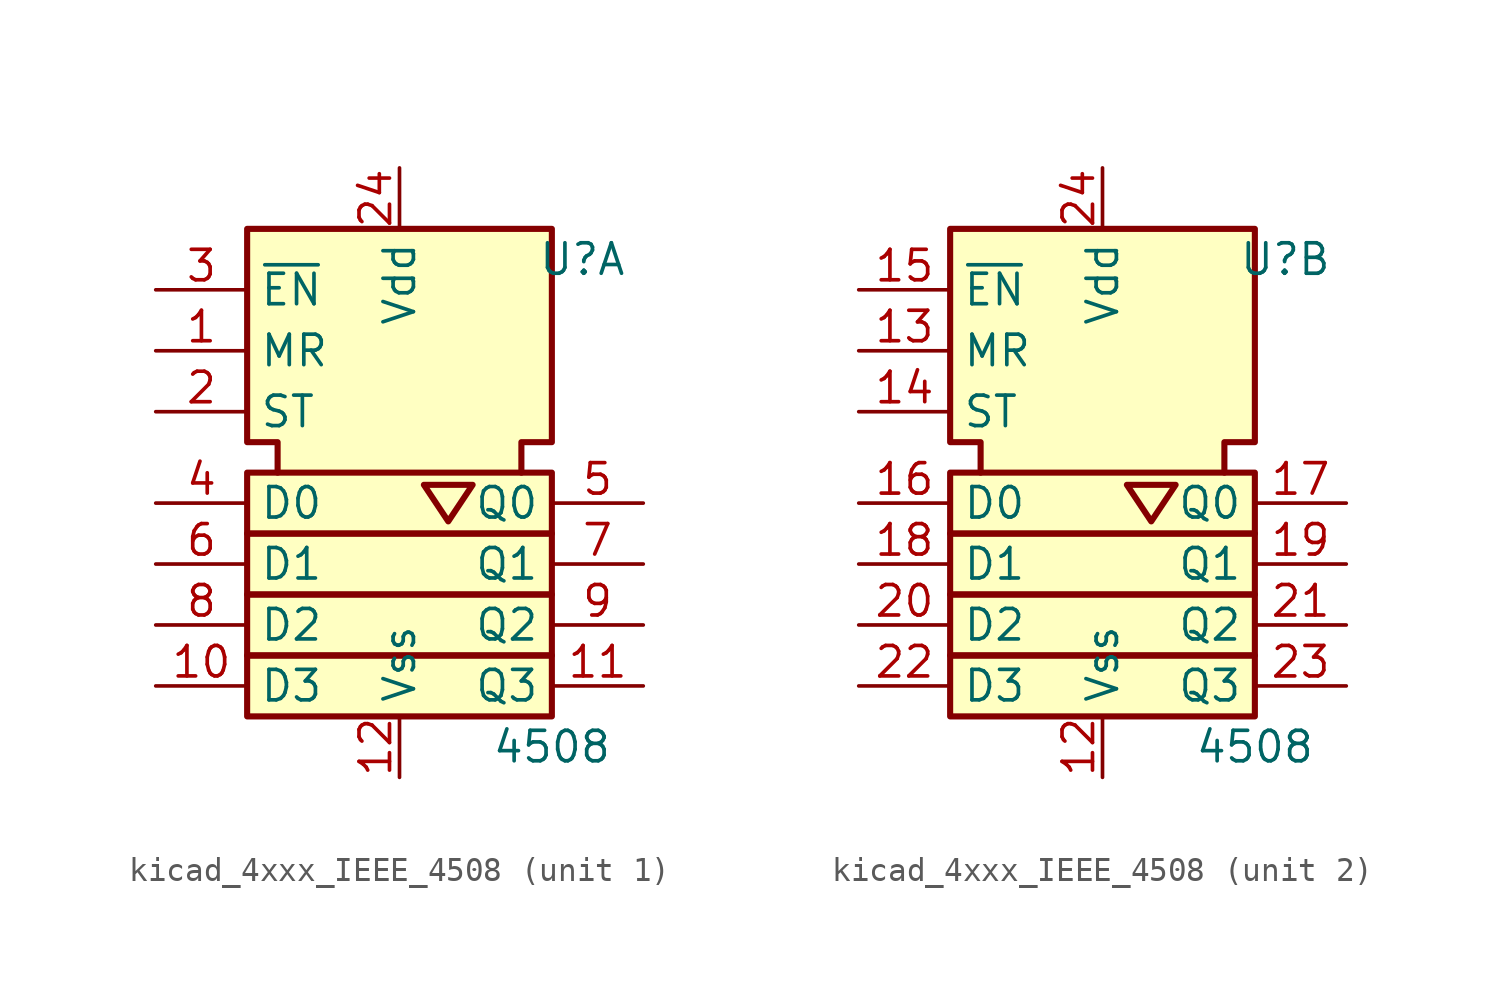
<source format=kicad_sym>
(kicad_symbol_lib
  (version 20220914)
  (generator kicad_symbol_editor)
  (symbol "kicad_4xxx_IEEE_4508"
    (property "Reference" "U"
      (at 7.62 8.89 0)
      (effects (font (size 1.27 1.27))))
    (property "Value" "4508"
      (at 6.35 -11.43 0)
      (effects (font (size 1.27 1.27))))
    (symbol "kicad_4xxx_IEEE_4508_0_1"
      (rectangle (start -6.35 -7.62) (end 6.35 -10.16) (stroke (width 0.254) (type default)) (fill (type background)))
      (rectangle (start -6.35 -5.08) (end 6.35 -7.62) (stroke (width 0.254) (type default)) (fill (type background)))
      (rectangle (start -6.35 -2.54) (end 6.35 -5.08) (stroke (width 0.254) (type default)) (fill (type background)))
      (rectangle (start -6.35 0) (end 6.35 -2.54) (stroke (width 0.254) (type default)) (fill (type background)))
      (polyline (pts (xy 1.016 -0.508) (xy 2.032 -2.032) (xy 3.048 -0.508) (xy 1.016 -0.508) (xy 1.016 -0.508)) (stroke (width 0.254) (type default)) (fill (type background)))
      (polyline (pts (xy -5.08 0) (xy -5.08 1.27) (xy -6.35 1.27) (xy -6.35 10.16) (xy 6.35 10.16) (xy 6.35 1.27) (xy 5.08 1.27) (xy 5.08 0) (xy 5.08 0)) (stroke (width 0.254) (type default)) (fill (type background)))
      (pin power_in line (at 0 -12.7 90) (length 2.54) (name "Vss" (effects (font (size 1.27 1.27)))) (number "12" (effects (font (size 1.27 1.27)))))
      (pin power_in line (at 0 12.7 270) (length 2.54) (name "Vdd" (effects (font (size 1.27 1.27)))) (number "24" (effects (font (size 1.27 1.27))))))
    (symbol "kicad_4xxx_IEEE_4508_1_1"
      (pin input line (at -10.16 5.08 0) (length 3.81) (name "MR" (effects (font (size 1.27 1.27)))) (number "1" (effects (font (size 1.27 1.27)))))
      (pin input line (at -10.16 -8.89 0) (length 3.81) (name "D3" (effects (font (size 1.27 1.27)))) (number "10" (effects (font (size 1.27 1.27)))))
      (pin output line (at 10.16 -8.89 180) (length 3.81) (name "Q3" (effects (font (size 1.27 1.27)))) (number "11" (effects (font (size 1.27 1.27)))))
      (pin input line (at -10.16 2.54 0) (length 3.81) (name "ST" (effects (font (size 1.27 1.27)))) (number "2" (effects (font (size 1.27 1.27)))))
      (pin input line (at -10.16 7.62 0) (length 3.81) (name "~{EN}" (effects (font (size 1.27 1.27)))) (number "3" (effects (font (size 1.27 1.27)))))
      (pin input line (at -10.16 -1.27 0) (length 3.81) (name "D0" (effects (font (size 1.27 1.27)))) (number "4" (effects (font (size 1.27 1.27)))))
      (pin output line (at 10.16 -1.27 180) (length 3.81) (name "Q0" (effects (font (size 1.27 1.27)))) (number "5" (effects (font (size 1.27 1.27)))))
      (pin input line (at -10.16 -3.81 0) (length 3.81) (name "D1" (effects (font (size 1.27 1.27)))) (number "6" (effects (font (size 1.27 1.27)))))
      (pin output line (at 10.16 -3.81 180) (length 3.81) (name "Q1" (effects (font (size 1.27 1.27)))) (number "7" (effects (font (size 1.27 1.27)))))
      (pin input line (at -10.16 -6.35 0) (length 3.81) (name "D2" (effects (font (size 1.27 1.27)))) (number "8" (effects (font (size 1.27 1.27)))))
      (pin output line (at 10.16 -6.35 180) (length 3.81) (name "Q2" (effects (font (size 1.27 1.27)))) (number "9" (effects (font (size 1.27 1.27))))))
    (symbol "kicad_4xxx_IEEE_4508_2_1"
      (pin input line (at -10.16 5.08 0) (length 3.81) (name "MR" (effects (font (size 1.27 1.27)))) (number "13" (effects (font (size 1.27 1.27)))))
      (pin input line (at -10.16 2.54 0) (length 3.81) (name "ST" (effects (font (size 1.27 1.27)))) (number "14" (effects (font (size 1.27 1.27)))))
      (pin input line (at -10.16 7.62 0) (length 3.81) (name "~{EN}" (effects (font (size 1.27 1.27)))) (number "15" (effects (font (size 1.27 1.27)))))
      (pin input line (at -10.16 -1.27 0) (length 3.81) (name "D0" (effects (font (size 1.27 1.27)))) (number "16" (effects (font (size 1.27 1.27)))))
      (pin output line (at 10.16 -1.27 180) (length 3.81) (name "Q0" (effects (font (size 1.27 1.27)))) (number "17" (effects (font (size 1.27 1.27)))))
      (pin input line (at -10.16 -3.81 0) (length 3.81) (name "D1" (effects (font (size 1.27 1.27)))) (number "18" (effects (font (size 1.27 1.27)))))
      (pin output line (at 10.16 -3.81 180) (length 3.81) (name "Q1" (effects (font (size 1.27 1.27)))) (number "19" (effects (font (size 1.27 1.27)))))
      (pin input line (at -10.16 -6.35 0) (length 3.81) (name "D2" (effects (font (size 1.27 1.27)))) (number "20" (effects (font (size 1.27 1.27)))))
      (pin output line (at 10.16 -6.35 180) (length 3.81) (name "Q2" (effects (font (size 1.27 1.27)))) (number "21" (effects (font (size 1.27 1.27)))))
      (pin input line (at -10.16 -8.89 0) (length 3.81) (name "D3" (effects (font (size 1.27 1.27)))) (number "22" (effects (font (size 1.27 1.27)))))
      (pin output line (at 10.16 -8.89 180) (length 3.81) (name "Q3" (effects (font (size 1.27 1.27)))) (number "23" (effects (font (size 1.27 1.27))))))))
</source>
